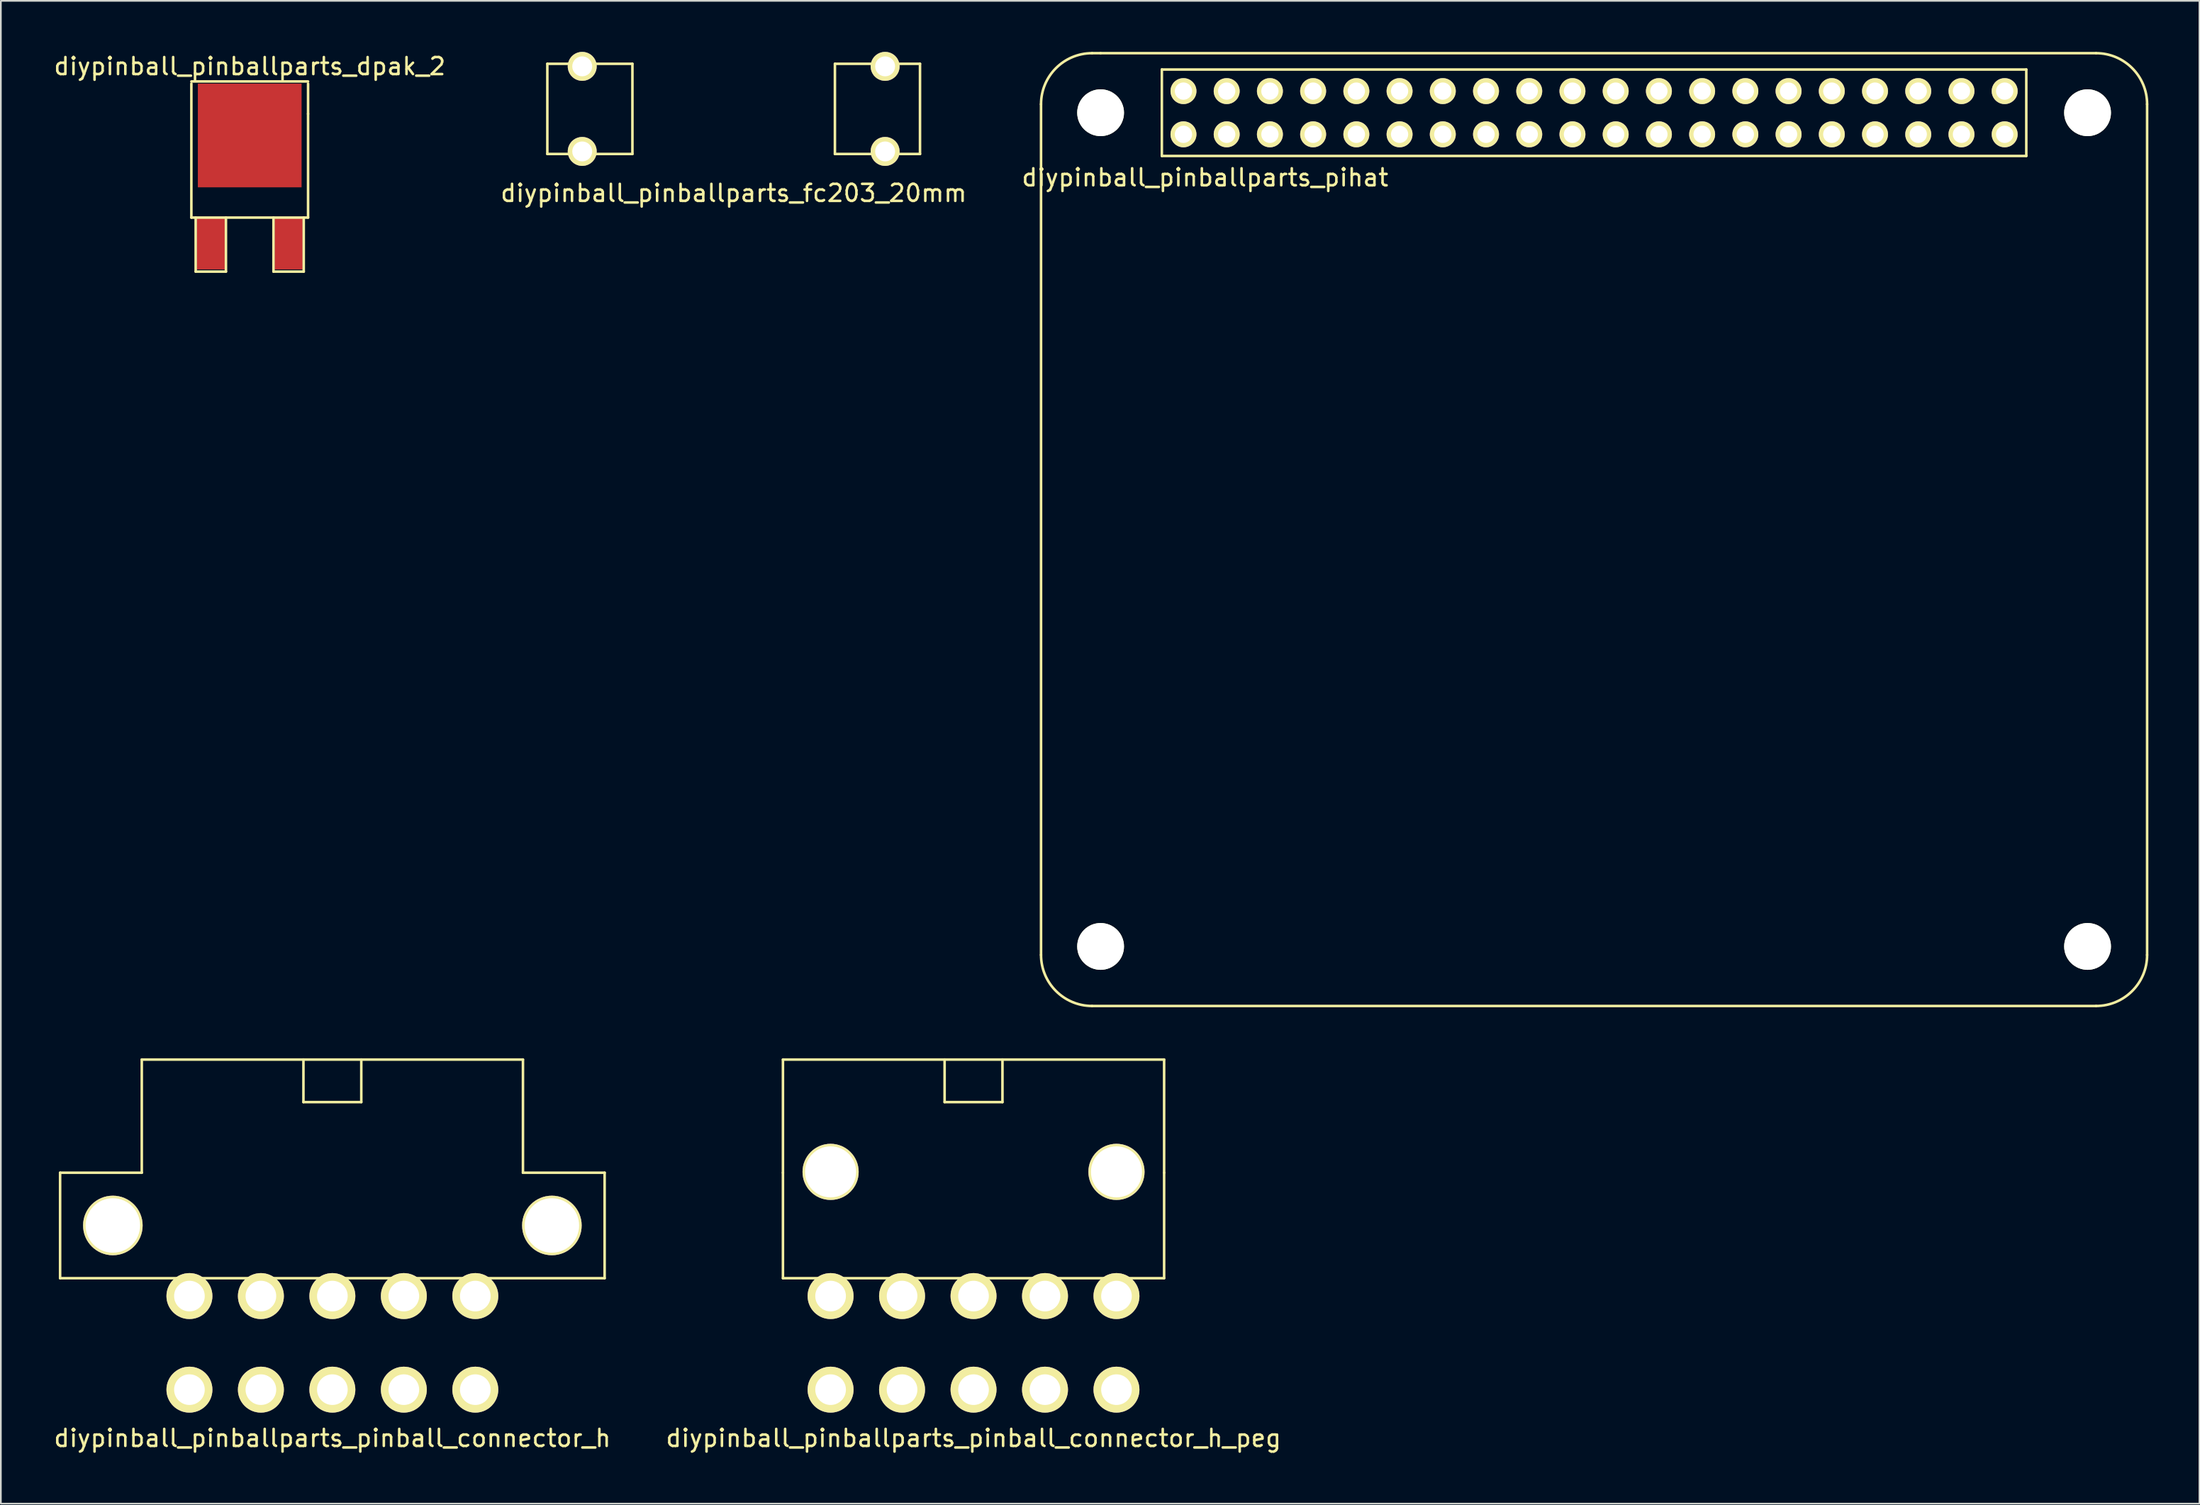
<source format=kicad_pcb>
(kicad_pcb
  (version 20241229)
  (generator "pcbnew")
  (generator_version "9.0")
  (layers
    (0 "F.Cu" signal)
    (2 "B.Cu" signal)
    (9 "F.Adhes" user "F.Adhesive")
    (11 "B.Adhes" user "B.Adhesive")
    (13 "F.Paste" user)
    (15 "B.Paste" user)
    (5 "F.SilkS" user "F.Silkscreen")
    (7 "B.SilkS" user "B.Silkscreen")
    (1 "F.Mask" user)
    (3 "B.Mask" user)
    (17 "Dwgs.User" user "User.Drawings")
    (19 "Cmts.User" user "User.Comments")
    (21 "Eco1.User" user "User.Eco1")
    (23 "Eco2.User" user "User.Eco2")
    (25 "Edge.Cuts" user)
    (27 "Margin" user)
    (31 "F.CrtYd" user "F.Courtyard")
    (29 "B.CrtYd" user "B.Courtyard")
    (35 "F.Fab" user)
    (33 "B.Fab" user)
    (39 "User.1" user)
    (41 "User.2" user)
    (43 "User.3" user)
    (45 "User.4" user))
  (footprint "diypinball_pinballparts_pinball_connector_h_peg"
    (layer "F.Cu")
    (at 54.161 68.975)
    (property "Reference" "diypinball_pinballparts_pinball_connector_h_peg" (at 0 12.5 0) (layer "F.SilkS") (effects (font (size 1 1) (thickness 0.15))))
    (attr through_hole)
    (fp_line (start -11.2 -9.75) (end 11.2 -9.75) (stroke (width 0.15) (type solid)) (layer "F.SilkS"))
    (fp_line (start -11.2 -3.1) (end -11.2 -9.75) (stroke (width 0.15) (type solid)) (layer "F.SilkS"))
    (fp_line (start -11.2 -3.1) (end -11.2 3.1) (stroke (width 0.15) (type solid)) (layer "F.SilkS"))
    (fp_line (start -11.2 3.1) (end 11.2 3.1) (stroke (width 0.15) (type solid)) (layer "F.SilkS"))
    (fp_line (start -1.7 -9.75) (end -1.7 -7.25) (stroke (width 0.15) (type solid)) (layer "F.SilkS"))
    (fp_line (start -1.7 -7.25) (end 1.7 -7.25) (stroke (width 0.15) (type solid)) (layer "F.SilkS"))
    (fp_line (start 1.7 -9.75) (end 1.7 -7.25) (stroke (width 0.15) (type solid)) (layer "F.SilkS"))
    (fp_line (start 11.2 -9.75) (end 11.2 -3.1) (stroke (width 0.15) (type solid)) (layer "F.SilkS"))
    (fp_line (start 11.2 3.1) (end 11.2 -3.1) (stroke (width 0.15) (type solid)) (layer "F.SilkS"))
    (pad "" np_thru_hole circle (at -8.4 -3.15 180) (size 3.3 3.3) (drill 3) (layers "*.Cu" "*.Mask" "F.SilkS"))
    (pad "" np_thru_hole circle (at 8.4 -3.15 180) (size 3.3 3.3) (drill 3) (layers "*.Cu" "*.Mask" "F.SilkS"))
    (pad "1" thru_hole circle (at -8.4 4.15 180) (size 2.7 2.7) (drill 1.8) (layers "*.Cu" "*.Mask" "F.SilkS"))
    (pad "2" thru_hole circle (at -4.2 4.15 180) (size 2.7 2.7) (drill 1.8) (layers "*.Cu" "*.Mask" "F.SilkS"))
    (pad "3" thru_hole circle (at 0 4.15 180) (size 2.7 2.7) (drill 1.8) (layers "*.Cu" "*.Mask" "F.SilkS"))
    (pad "4" thru_hole circle (at 4.2 4.15 180) (size 2.7 2.7) (drill 1.8) (layers "*.Cu" "*.Mask" "F.SilkS"))
    (pad "5" thru_hole circle (at 8.4 4.15 180) (size 2.7 2.7) (drill 1.8) (layers "*.Cu" "*.Mask" "F.SilkS"))
    (pad "6" thru_hole circle (at -8.4 9.65 180) (size 2.7 2.7) (drill 1.8) (layers "*.Cu" "*.Mask" "F.SilkS"))
    (pad "7" thru_hole circle (at -4.2 9.65 180) (size 2.7 2.7) (drill 1.8) (layers "*.Cu" "*.Mask" "F.SilkS"))
    (pad "8" thru_hole circle (at 0 9.65 180) (size 2.7 2.7) (drill 1.8) (layers "*.Cu" "*.Mask" "F.SilkS"))
    (pad "9" thru_hole circle (at 4.2 9.65 180) (size 2.7 2.7) (drill 1.8) (layers "*.Cu" "*.Mask" "F.SilkS"))
    (pad "10" thru_hole circle (at 8.4 9.65 180) (size 2.7 2.7) (drill 1.8) (layers "*.Cu" "*.Mask" "F.SilkS")))
  (footprint "diypinball_pinballparts_pihat"
    (layer "F.Cu")
    (at 90.628 3.575)
    (property "Reference" "diypinball_pinballparts_pihat" (at -22.86 3.81 0) (layer "F.SilkS") (effects (font (size 1 1) (thickness 0.15))))
    (attr through_hole)
    (fp_line (start -32.5 -0.5) (end -32.5 49.5) (stroke (width 0.15) (type solid)) (layer "F.SilkS"))
    (fp_line (start -29 -3.5) (end -29.5 -3.5) (stroke (width 0.15) (type solid)) (layer "F.SilkS"))
    (fp_line (start -25.4 -2.54) (end -25.4 2.54) (stroke (width 0.15) (type solid)) (layer "F.SilkS"))
    (fp_line (start -25.4 2.54) (end 25.4 2.54) (stroke (width 0.15) (type solid)) (layer "F.SilkS"))
    (fp_line (start 25.4 -2.54) (end -25.4 -2.54) (stroke (width 0.15) (type solid)) (layer "F.SilkS"))
    (fp_line (start 25.4 2.54) (end 25.4 -2.54) (stroke (width 0.15) (type solid)) (layer "F.SilkS"))
    (fp_line (start 29.5 -3.5) (end -29 -3.5) (stroke (width 0.15) (type solid)) (layer "F.SilkS"))
    (fp_line (start 29.5 52.5) (end -29.5 52.5) (stroke (width 0.15) (type solid)) (layer "F.SilkS"))
    (fp_line (start 32.5 49.5) (end 32.5 -0.5) (stroke (width 0.15) (type solid)) (layer "F.SilkS"))
    (fp_arc (start -32.5 -0.5) (mid -31.62132 -2.62132) (end -29.5 -3.5) (stroke (width 0.15) (type solid)) (layer "F.SilkS"))
    (fp_arc (start -29.5 52.5) (mid -31.62132 51.62132) (end -32.5 49.5) (stroke (width 0.15) (type solid)) (layer "F.SilkS"))
    (fp_arc (start 29.5 -3.5) (mid 31.62132 -2.62132) (end 32.5 -0.5) (stroke (width 0.15) (type solid)) (layer "F.SilkS"))
    (fp_arc (start 32.5 49.5) (mid 31.62132 51.62132) (end 29.5 52.5) (stroke (width 0.15) (type solid)) (layer "F.SilkS"))
    (pad "" np_thru_hole circle (at -29 0) (size 2.75 2.75) (drill 2.75) (layers "*.Cu" "*.Mask" "F.SilkS"))
    (pad "" np_thru_hole circle (at -29 49) (size 2.75 2.75) (drill 2.75) (layers "*.Cu" "*.Mask" "F.SilkS"))
    (pad "" np_thru_hole circle (at 29 0) (size 2.75 2.75) (drill 2.75) (layers "*.Cu" "*.Mask" "F.SilkS"))
    (pad "" np_thru_hole circle (at 29 49) (size 2.75 2.75) (drill 2.75) (layers "*.Cu" "*.Mask" "F.SilkS"))
    (pad "1" thru_hole circle (at -24.13 1.27) (size 1.524 1.524) (drill 1.016) (layers "*.Cu" "*.Mask" "F.SilkS"))
    (pad "2" thru_hole circle (at -24.13 -1.27) (size 1.524 1.524) (drill 1.016) (layers "*.Cu" "*.Mask" "F.SilkS"))
    (pad "3" thru_hole circle (at -21.59 1.27) (size 1.524 1.524) (drill 1.016) (layers "*.Cu" "*.Mask" "F.SilkS"))
    (pad "4" thru_hole circle (at -21.59 -1.27) (size 1.524 1.524) (drill 1.016) (layers "*.Cu" "*.Mask" "F.SilkS"))
    (pad "5" thru_hole circle (at -19.05 1.27) (size 1.524 1.524) (drill 1.016) (layers "*.Cu" "*.Mask" "F.SilkS"))
    (pad "6" thru_hole circle (at -19.05 -1.27) (size 1.524 1.524) (drill 1.016) (layers "*.Cu" "*.Mask" "F.SilkS"))
    (pad "7" thru_hole circle (at -16.51 1.27) (size 1.524 1.524) (drill 1.016) (layers "*.Cu" "*.Mask" "F.SilkS"))
    (pad "8" thru_hole circle (at -16.51 -1.27) (size 1.524 1.524) (drill 1.016) (layers "*.Cu" "*.Mask" "F.SilkS"))
    (pad "9" thru_hole circle (at -13.97 1.27) (size 1.524 1.524) (drill 1.016) (layers "*.Cu" "*.Mask" "F.SilkS"))
    (pad "10" thru_hole circle (at -13.97 -1.27) (size 1.524 1.524) (drill 1.016) (layers "*.Cu" "*.Mask" "F.SilkS"))
    (pad "11" thru_hole circle (at -11.43 1.27) (size 1.524 1.524) (drill 1.016) (layers "*.Cu" "*.Mask" "F.SilkS"))
    (pad "12" thru_hole circle (at -11.43 -1.27) (size 1.524 1.524) (drill 1.016) (layers "*.Cu" "*.Mask" "F.SilkS"))
    (pad "13" thru_hole circle (at -8.89 1.27) (size 1.524 1.524) (drill 1.016) (layers "*.Cu" "*.Mask" "F.SilkS"))
    (pad "14" thru_hole circle (at -8.89 -1.27) (size 1.524 1.524) (drill 1.016) (layers "*.Cu" "*.Mask" "F.SilkS"))
    (pad "15" thru_hole circle (at -6.35 1.27) (size 1.524 1.524) (drill 1.016) (layers "*.Cu" "*.Mask" "F.SilkS"))
    (pad "16" thru_hole circle (at -6.35 -1.27) (size 1.524 1.524) (drill 1.016) (layers "*.Cu" "*.Mask" "F.SilkS"))
    (pad "17" thru_hole circle (at -3.81 1.27) (size 1.524 1.524) (drill 1.016) (layers "*.Cu" "*.Mask" "F.SilkS"))
    (pad "18" thru_hole circle (at -3.81 -1.27) (size 1.524 1.524) (drill 1.016) (layers "*.Cu" "*.Mask" "F.SilkS"))
    (pad "19" thru_hole circle (at -1.27 1.27) (size 1.524 1.524) (drill 1.016) (layers "*.Cu" "*.Mask" "F.SilkS"))
    (pad "20" thru_hole circle (at -1.27 -1.27) (size 1.524 1.524) (drill 1.016) (layers "*.Cu" "*.Mask" "F.SilkS"))
    (pad "21" thru_hole circle (at 1.27 1.27) (size 1.524 1.524) (drill 1.016) (layers "*.Cu" "*.Mask" "F.SilkS"))
    (pad "22" thru_hole circle (at 1.27 -1.27) (size 1.524 1.524) (drill 1.016) (layers "*.Cu" "*.Mask" "F.SilkS"))
    (pad "23" thru_hole circle (at 3.81 1.27) (size 1.524 1.524) (drill 1.016) (layers "*.Cu" "*.Mask" "F.SilkS"))
    (pad "24" thru_hole circle (at 3.81 -1.27) (size 1.524 1.524) (drill 1.016) (layers "*.Cu" "*.Mask" "F.SilkS"))
    (pad "25" thru_hole circle (at 6.35 1.27) (size 1.524 1.524) (drill 1.016) (layers "*.Cu" "*.Mask" "F.SilkS"))
    (pad "26" thru_hole circle (at 6.35 -1.27) (size 1.524 1.524) (drill 1.016) (layers "*.Cu" "*.Mask" "F.SilkS"))
    (pad "27" thru_hole circle (at 8.89 1.27) (size 1.524 1.524) (drill 1.016) (layers "*.Cu" "*.Mask" "F.SilkS"))
    (pad "28" thru_hole circle (at 8.89 -1.27) (size 1.524 1.524) (drill 1.016) (layers "*.Cu" "*.Mask" "F.SilkS"))
    (pad "29" thru_hole circle (at 11.43 1.27) (size 1.524 1.524) (drill 1.016) (layers "*.Cu" "*.Mask" "F.SilkS"))
    (pad "30" thru_hole circle (at 11.43 -1.27) (size 1.524 1.524) (drill 1.016) (layers "*.Cu" "*.Mask" "F.SilkS"))
    (pad "31" thru_hole circle (at 13.97 1.27) (size 1.524 1.524) (drill 1.016) (layers "*.Cu" "*.Mask" "F.SilkS"))
    (pad "32" thru_hole circle (at 13.97 -1.27) (size 1.524 1.524) (drill 1.016) (layers "*.Cu" "*.Mask" "F.SilkS"))
    (pad "33" thru_hole circle (at 16.51 1.27) (size 1.524 1.524) (drill 1.016) (layers "*.Cu" "*.Mask" "F.SilkS"))
    (pad "34" thru_hole circle (at 16.51 -1.27) (size 1.524 1.524) (drill 1.016) (layers "*.Cu" "*.Mask" "F.SilkS"))
    (pad "35" thru_hole circle (at 19.05 1.27) (size 1.524 1.524) (drill 1.016) (layers "*.Cu" "*.Mask" "F.SilkS"))
    (pad "36" thru_hole circle (at 19.05 -1.27) (size 1.524 1.524) (drill 1.016) (layers "*.Cu" "*.Mask" "F.SilkS"))
    (pad "37" thru_hole circle (at 21.59 1.27) (size 1.524 1.524) (drill 1.016) (layers "*.Cu" "*.Mask" "F.SilkS"))
    (pad "38" thru_hole circle (at 21.59 -1.27) (size 1.524 1.524) (drill 1.016) (layers "*.Cu" "*.Mask" "F.SilkS"))
    (pad "39" thru_hole circle (at 24.13 1.27) (size 1.524 1.524) (drill 1.016) (layers "*.Cu" "*.Mask" "F.SilkS"))
    (pad "40" thru_hole circle (at 24.13 -1.27) (size 1.524 1.524) (drill 1.016) (layers "*.Cu" "*.Mask" "F.SilkS")))
  (footprint "diypinball_pinballparts_pinball_connector_h"
    (layer "F.Cu")
    (at 16.482 68.975)
    (property "Reference" "diypinball_pinballparts_pinball_connector_h" (at 0 12.5 180) (layer "F.SilkS") (effects (font (size 1 1) (thickness 0.15))))
    (attr through_hole)
    (fp_line (start -16 -3.1) (end -11.2 -3.1) (stroke (width 0.15) (type solid)) (layer "F.SilkS"))
    (fp_line (start -16 3.1) (end -16 -3.1) (stroke (width 0.15) (type solid)) (layer "F.SilkS"))
    (fp_line (start -11.2 -9.75) (end 11.2 -9.75) (stroke (width 0.15) (type solid)) (layer "F.SilkS"))
    (fp_line (start -11.2 -3.1) (end -11.2 -9.75) (stroke (width 0.15) (type solid)) (layer "F.SilkS"))
    (fp_line (start -1.7 -9.75) (end -1.7 -7.25) (stroke (width 0.15) (type solid)) (layer "F.SilkS"))
    (fp_line (start -1.7 -7.25) (end 1.7 -7.25) (stroke (width 0.15) (type solid)) (layer "F.SilkS"))
    (fp_line (start 1.7 -9.75) (end 1.7 -7.25) (stroke (width 0.15) (type solid)) (layer "F.SilkS"))
    (fp_line (start 11.2 -9.75) (end 11.2 -3.1) (stroke (width 0.15) (type solid)) (layer "F.SilkS"))
    (fp_line (start 11.2 -3.1) (end 16 -3.1) (stroke (width 0.15) (type solid)) (layer "F.SilkS"))
    (fp_line (start 16 -3.1) (end 16 3.1) (stroke (width 0.15) (type solid)) (layer "F.SilkS"))
    (fp_line (start 16 3.1) (end -16 3.1) (stroke (width 0.15) (type solid)) (layer "F.SilkS"))
    (pad "" np_thru_hole circle (at -12.9 0 180) (size 3.5 3.5) (drill 3.2) (layers "*.Cu" "*.Mask" "F.SilkS"))
    (pad "" np_thru_hole circle (at 12.9 0 180) (size 3.5 3.5) (drill 3.2) (layers "*.Cu" "*.Mask" "F.SilkS"))
    (pad "1" thru_hole circle (at -8.4 4.15 180) (size 2.7 2.7) (drill 1.8) (layers "*.Cu" "*.Mask" "F.SilkS"))
    (pad "2" thru_hole circle (at -4.2 4.15 180) (size 2.7 2.7) (drill 1.8) (layers "*.Cu" "*.Mask" "F.SilkS"))
    (pad "3" thru_hole circle (at 0 4.15 180) (size 2.7 2.7) (drill 1.8) (layers "*.Cu" "*.Mask" "F.SilkS"))
    (pad "4" thru_hole circle (at 4.2 4.15 180) (size 2.7 2.7) (drill 1.8) (layers "*.Cu" "*.Mask" "F.SilkS"))
    (pad "5" thru_hole circle (at 8.4 4.15 180) (size 2.7 2.7) (drill 1.8) (layers "*.Cu" "*.Mask" "F.SilkS"))
    (pad "6" thru_hole circle (at -8.4 9.65 180) (size 2.7 2.7) (drill 1.8) (layers "*.Cu" "*.Mask" "F.SilkS"))
    (pad "7" thru_hole circle (at -4.2 9.65 180) (size 2.7 2.7) (drill 1.8) (layers "*.Cu" "*.Mask" "F.SilkS"))
    (pad "8" thru_hole circle (at 0 9.65 180) (size 2.7 2.7) (drill 1.8) (layers "*.Cu" "*.Mask" "F.SilkS"))
    (pad "9" thru_hole circle (at 4.2 9.65 180) (size 2.7 2.7) (drill 1.8) (layers "*.Cu" "*.Mask" "F.SilkS"))
    (pad "10" thru_hole circle (at 8.4 9.65 180) (size 2.7 2.7) (drill 1.8) (layers "*.Cu" "*.Mask" "F.SilkS")))
  (footprint "diypinball_pinballparts_fc203_20mm"
    (layer "F.Cu")
    (at 40.065 3.35)
    (property "Reference" "diypinball_pinballparts_fc203_20mm" (at 0 4.95 0) (layer "F.SilkS") (effects (font (size 1 1) (thickness 0.15))))
    (attr through_hole)
    (fp_line (start -10.95 -2.65) (end -5.95 -2.65) (stroke (width 0.15) (type solid)) (layer "F.SilkS"))
    (fp_line (start -10.95 2.65) (end -10.95 -2.65) (stroke (width 0.15) (type solid)) (layer "F.SilkS"))
    (fp_line (start -5.95 -2.65) (end -5.95 2.65) (stroke (width 0.15) (type solid)) (layer "F.SilkS"))
    (fp_line (start -5.95 2.65) (end -10.95 2.65) (stroke (width 0.15) (type solid)) (layer "F.SilkS"))
    (fp_line (start 5.95 -2.65) (end 10.95 -2.65) (stroke (width 0.15) (type solid)) (layer "F.SilkS"))
    (fp_line (start 5.95 2.65) (end 5.95 -2.65) (stroke (width 0.15) (type solid)) (layer "F.SilkS"))
    (fp_line (start 10.95 -2.65) (end 10.95 2.65) (stroke (width 0.15) (type solid)) (layer "F.SilkS"))
    (fp_line (start 10.95 2.65) (end 5.95 2.65) (stroke (width 0.15) (type solid)) (layer "F.SilkS"))
    (pad "1" thru_hole circle (at -8.9 -2.5) (size 1.7 1.7) (drill 1.17) (layers "*.Cu" "*.Mask" "F.SilkS"))
    (pad "1" thru_hole circle (at -8.9 2.5) (size 1.7 1.7) (drill 1.17) (layers "*.Cu" "*.Mask" "F.SilkS"))
    (pad "2" thru_hole circle (at 8.9 -2.5) (size 1.7 1.7) (drill 1.17) (layers "*.Cu" "*.Mask" "F.SilkS"))
    (pad "2" thru_hole circle (at 8.9 2.5) (size 1.7 1.7) (drill 1.17) (layers "*.Cu" "*.Mask" "F.SilkS")))
  (footprint "diypinball_pinballparts_dpak_2"
    (layer "F.Cu")
    (at 11.625 11.262)
    (property "Reference" "diypinball_pinballparts_dpak_2" (at 0 -10.414 0) (layer "F.SilkS") (effects (font (size 1 1) (thickness 0.15))))
    (attr smd)
    (fp_line (start -3.429 -9.525) (end 3.429 -9.525) (stroke (width 0.15) (type solid)) (layer "F.SilkS"))
    (fp_line (start -3.429 -1.524) (end -3.429 -9.398) (stroke (width 0.15) (type solid)) (layer "F.SilkS"))
    (fp_line (start -3.175 -1.524) (end -3.175 1.651) (stroke (width 0.15) (type solid)) (layer "F.SilkS"))
    (fp_line (start -3.175 1.651) (end -1.397 1.651) (stroke (width 0.15) (type solid)) (layer "F.SilkS"))
    (fp_line (start -1.397 1.651) (end -1.397 -1.524) (stroke (width 0.15) (type solid)) (layer "F.SilkS"))
    (fp_line (start 1.397 -1.524) (end 1.397 1.651) (stroke (width 0.15) (type solid)) (layer "F.SilkS"))
    (fp_line (start 1.397 1.651) (end 3.175 1.651) (stroke (width 0.15) (type solid)) (layer "F.SilkS"))
    (fp_line (start 3.175 1.651) (end 3.175 -1.524) (stroke (width 0.15) (type solid)) (layer "F.SilkS"))
    (fp_line (start 3.429 -9.398) (end 3.429 -7.62) (stroke (width 0.15) (type solid)) (layer "F.SilkS"))
    (fp_line (start 3.429 -7.62) (end 3.429 -1.524) (stroke (width 0.15) (type solid)) (layer "F.SilkS"))
    (fp_line (start 3.429 -1.524) (end -3.429 -1.524) (stroke (width 0.15) (type solid)) (layer "F.SilkS"))
    (pad "D" smd rect (at 0 -6.35) (size 6.096 6.096) (layers "F.Cu" "F.Mask" "F.Paste"))
    (pad "G" smd rect (at -2.286 0) (size 1.651 3.048) (layers "F.Cu" "F.Mask" "F.Paste"))
    (pad "S" smd rect (at 2.286 0) (size 1.651 3.048) (layers "F.Cu" "F.Mask" "F.Paste")))
  (gr_rect
    (start -3 -3)
    (end 126.203 85.323)
    (stroke (width 0.1) (type default))
    (fill no)
    (layer "Edge.Cuts")))
</source>
